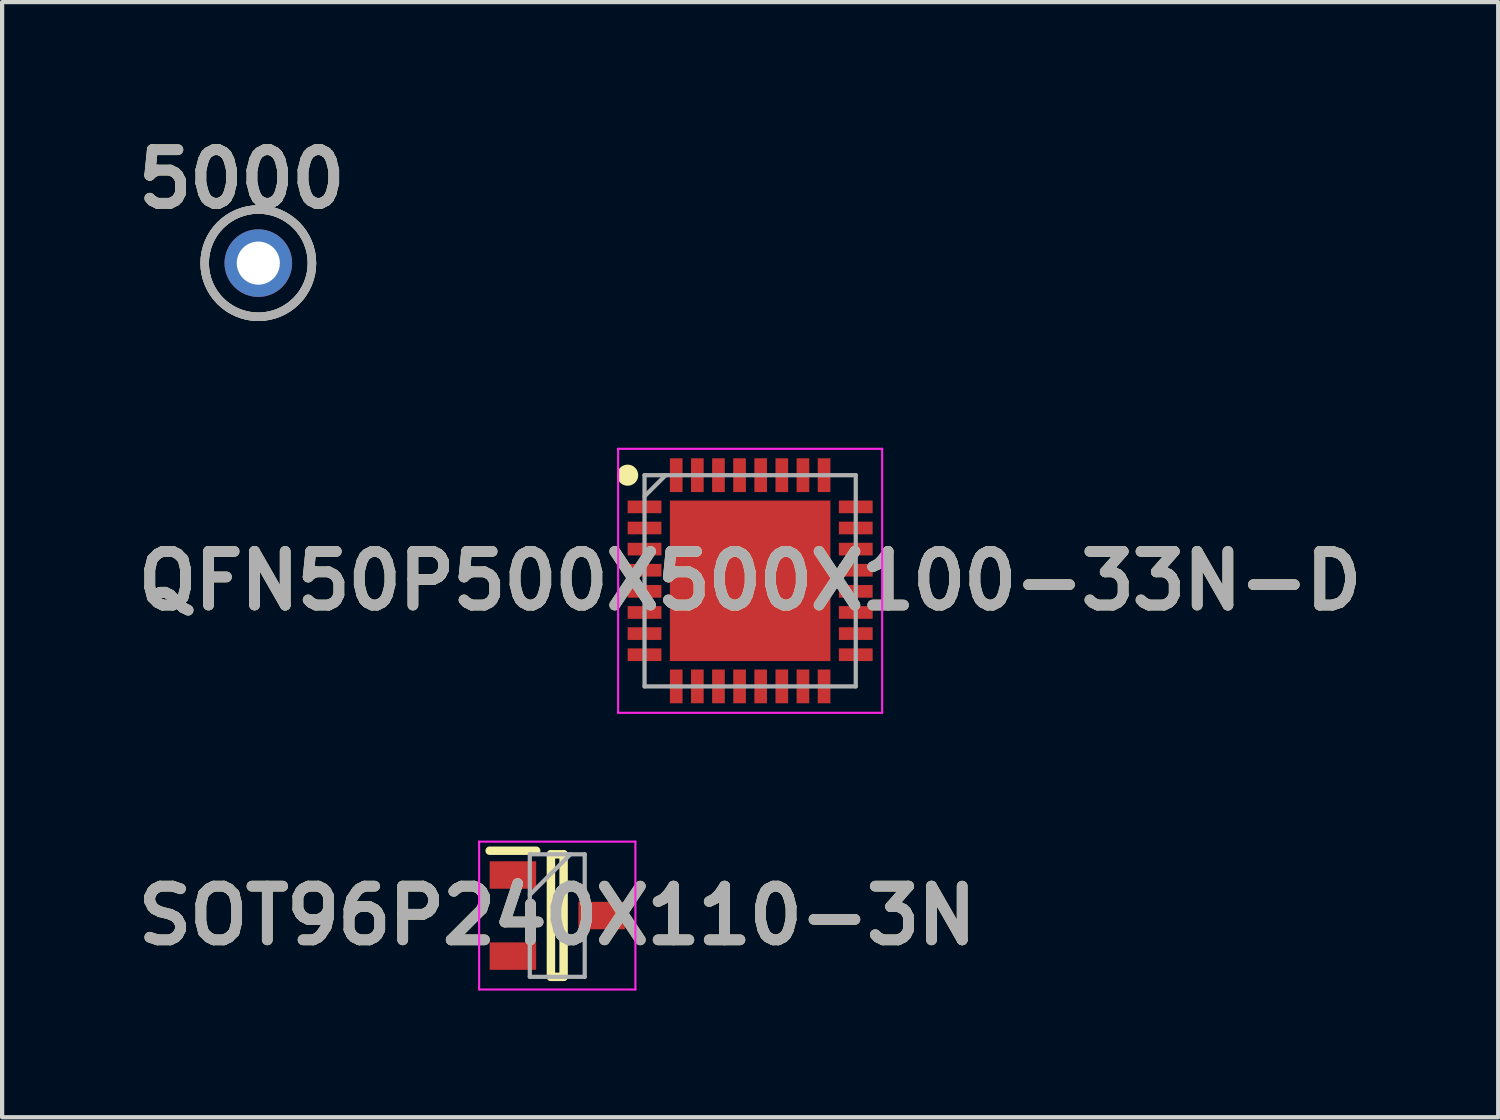
<source format=kicad_pcb>
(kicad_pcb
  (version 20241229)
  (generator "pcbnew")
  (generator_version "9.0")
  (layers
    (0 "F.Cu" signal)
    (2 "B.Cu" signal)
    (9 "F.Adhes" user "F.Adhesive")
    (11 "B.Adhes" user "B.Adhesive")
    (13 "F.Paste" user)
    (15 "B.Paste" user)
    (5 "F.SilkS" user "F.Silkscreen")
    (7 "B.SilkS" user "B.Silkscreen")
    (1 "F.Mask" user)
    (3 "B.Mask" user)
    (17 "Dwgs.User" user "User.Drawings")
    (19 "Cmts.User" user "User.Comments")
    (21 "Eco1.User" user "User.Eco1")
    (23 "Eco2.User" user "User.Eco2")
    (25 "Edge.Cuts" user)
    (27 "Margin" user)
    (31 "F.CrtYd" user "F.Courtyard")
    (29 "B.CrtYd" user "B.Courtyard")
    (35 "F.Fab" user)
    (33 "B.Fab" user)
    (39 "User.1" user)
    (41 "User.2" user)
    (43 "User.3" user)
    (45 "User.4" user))
  (footprint "QFN50P500X500X100-33N-D"
    (layer "F.Cu")
    (at 14.708 10.699)
    (property "Reference" "QFN50P500X500X100-33N-D" (at 0 0 0) (layer "F.SilkS") (effects (font (size 1.27 1.27) (thickness 0.254))))
    (attr smd)
    (fp_circle (center -2.9 -2.5) (end -2.9 -2.375) (stroke (width 0.25) (type solid)) (fill no) (layer "F.SilkS"))
    (fp_line (start -3.125 -3.125) (end 3.125 -3.125) (stroke (width 0.05) (type solid)) (layer "F.CrtYd"))
    (fp_line (start -3.125 3.125) (end -3.125 -3.125) (stroke (width 0.05) (type solid)) (layer "F.CrtYd"))
    (fp_line (start 3.125 -3.125) (end 3.125 3.125) (stroke (width 0.05) (type solid)) (layer "F.CrtYd"))
    (fp_line (start 3.125 3.125) (end -3.125 3.125) (stroke (width 0.05) (type solid)) (layer "F.CrtYd"))
    (fp_line (start -2.5 -2.5) (end 2.5 -2.5) (stroke (width 0.1) (type solid)) (layer "F.Fab"))
    (fp_line (start -2.5 -2) (end -2 -2.5) (stroke (width 0.1) (type solid)) (layer "F.Fab"))
    (fp_line (start -2.5 2.5) (end -2.5 -2.5) (stroke (width 0.1) (type solid)) (layer "F.Fab"))
    (fp_line (start 2.5 -2.5) (end 2.5 2.5) (stroke (width 0.1) (type solid)) (layer "F.Fab"))
    (fp_line (start 2.5 2.5) (end -2.5 2.5) (stroke (width 0.1) (type solid)) (layer "F.Fab"))
    (fp_text user "${REFERENCE}" (at 0 0 0) (layer "F.Fab") (effects (font (size 1.27 1.27) (thickness 0.254))))
    (pad "1" smd rect (at -2.5 -1.75 90) (size 0.3 0.8) (layers "F.Cu" "F.Mask" "F.Paste"))
    (pad "2" smd rect (at -2.5 -1.25 90) (size 0.3 0.8) (layers "F.Cu" "F.Mask" "F.Paste"))
    (pad "3" smd rect (at -2.5 -0.75 90) (size 0.3 0.8) (layers "F.Cu" "F.Mask" "F.Paste"))
    (pad "4" smd rect (at -2.5 -0.25 90) (size 0.3 0.8) (layers "F.Cu" "F.Mask" "F.Paste"))
    (pad "5" smd rect (at -2.5 0.25 90) (size 0.3 0.8) (layers "F.Cu" "F.Mask" "F.Paste"))
    (pad "6" smd rect (at -2.5 0.75 90) (size 0.3 0.8) (layers "F.Cu" "F.Mask" "F.Paste"))
    (pad "7" smd rect (at -2.5 1.25 90) (size 0.3 0.8) (layers "F.Cu" "F.Mask" "F.Paste"))
    (pad "8" smd rect (at -2.5 1.75 90) (size 0.3 0.8) (layers "F.Cu" "F.Mask" "F.Paste"))
    (pad "9" smd rect (at -1.75 2.5) (size 0.3 0.8) (layers "F.Cu" "F.Mask" "F.Paste"))
    (pad "10" smd rect (at -1.25 2.5) (size 0.3 0.8) (layers "F.Cu" "F.Mask" "F.Paste"))
    (pad "11" smd rect (at -0.75 2.5) (size 0.3 0.8) (layers "F.Cu" "F.Mask" "F.Paste"))
    (pad "12" smd rect (at -0.25 2.5) (size 0.3 0.8) (layers "F.Cu" "F.Mask" "F.Paste"))
    (pad "13" smd rect (at 0.25 2.5) (size 0.3 0.8) (layers "F.Cu" "F.Mask" "F.Paste"))
    (pad "14" smd rect (at 0.75 2.5) (size 0.3 0.8) (layers "F.Cu" "F.Mask" "F.Paste"))
    (pad "15" smd rect (at 1.25 2.5) (size 0.3 0.8) (layers "F.Cu" "F.Mask" "F.Paste"))
    (pad "16" smd rect (at 1.75 2.5) (size 0.3 0.8) (layers "F.Cu" "F.Mask" "F.Paste"))
    (pad "17" smd rect (at 2.5 1.75 90) (size 0.3 0.8) (layers "F.Cu" "F.Mask" "F.Paste"))
    (pad "18" smd rect (at 2.5 1.25 90) (size 0.3 0.8) (layers "F.Cu" "F.Mask" "F.Paste"))
    (pad "19" smd rect (at 2.5 0.75 90) (size 0.3 0.8) (layers "F.Cu" "F.Mask" "F.Paste"))
    (pad "20" smd rect (at 2.5 0.25 90) (size 0.3 0.8) (layers "F.Cu" "F.Mask" "F.Paste"))
    (pad "21" smd rect (at 2.5 -0.25 90) (size 0.3 0.8) (layers "F.Cu" "F.Mask" "F.Paste"))
    (pad "22" smd rect (at 2.5 -0.75 90) (size 0.3 0.8) (layers "F.Cu" "F.Mask" "F.Paste"))
    (pad "23" smd rect (at 2.5 -1.25 90) (size 0.3 0.8) (layers "F.Cu" "F.Mask" "F.Paste"))
    (pad "24" smd rect (at 2.5 -1.75 90) (size 0.3 0.8) (layers "F.Cu" "F.Mask" "F.Paste"))
    (pad "25" smd rect (at 1.75 -2.5) (size 0.3 0.8) (layers "F.Cu" "F.Mask" "F.Paste"))
    (pad "26" smd rect (at 1.25 -2.5) (size 0.3 0.8) (layers "F.Cu" "F.Mask" "F.Paste"))
    (pad "27" smd rect (at 0.75 -2.5) (size 0.3 0.8) (layers "F.Cu" "F.Mask" "F.Paste"))
    (pad "28" smd rect (at 0.25 -2.5) (size 0.3 0.8) (layers "F.Cu" "F.Mask" "F.Paste"))
    (pad "29" smd rect (at -0.25 -2.5) (size 0.3 0.8) (layers "F.Cu" "F.Mask" "F.Paste"))
    (pad "30" smd rect (at -0.75 -2.5) (size 0.3 0.8) (layers "F.Cu" "F.Mask" "F.Paste"))
    (pad "31" smd rect (at -1.25 -2.5) (size 0.3 0.8) (layers "F.Cu" "F.Mask" "F.Paste"))
    (pad "32" smd rect (at -1.75 -2.5) (size 0.3 0.8) (layers "F.Cu" "F.Mask" "F.Paste"))
    (pad "33" smd rect (at 0 0) (size 3.8 3.8) (layers "F.Cu" "F.Mask" "F.Paste")))
  (footprint "SOT96P240X110-3N"
    (layer "F.Cu")
    (at 10.142 18.624)
    (property "Reference" "SOT96P240X110-3N" (at 0 0 0) (layer "F.SilkS") (effects (font (size 1.27 1.27) (thickness 0.254))))
    (attr smd)
    (fp_line (start -1.6 -1.535) (end -0.5 -1.535) (stroke (width 0.2) (type solid)) (layer "F.SilkS"))
    (fp_line (start -0.15 -1.45) (end 0.15 -1.45) (stroke (width 0.2) (type solid)) (layer "F.SilkS"))
    (fp_line (start -0.15 1.45) (end -0.15 -1.45) (stroke (width 0.2) (type solid)) (layer "F.SilkS"))
    (fp_line (start 0.15 -1.45) (end 0.15 1.45) (stroke (width 0.2) (type solid)) (layer "F.SilkS"))
    (fp_line (start 0.15 1.45) (end -0.15 1.45) (stroke (width 0.2) (type solid)) (layer "F.SilkS"))
    (fp_line (start -1.85 -1.75) (end 1.85 -1.75) (stroke (width 0.05) (type solid)) (layer "F.CrtYd"))
    (fp_line (start -1.85 1.75) (end -1.85 -1.75) (stroke (width 0.05) (type solid)) (layer "F.CrtYd"))
    (fp_line (start 1.85 -1.75) (end 1.85 1.75) (stroke (width 0.05) (type solid)) (layer "F.CrtYd"))
    (fp_line (start 1.85 1.75) (end -1.85 1.75) (stroke (width 0.05) (type solid)) (layer "F.CrtYd"))
    (fp_line (start -0.65 -1.45) (end 0.65 -1.45) (stroke (width 0.1) (type solid)) (layer "F.Fab"))
    (fp_line (start -0.65 -0.49) (end 0.31 -1.45) (stroke (width 0.1) (type solid)) (layer "F.Fab"))
    (fp_line (start -0.65 1.45) (end -0.65 -1.45) (stroke (width 0.1) (type solid)) (layer "F.Fab"))
    (fp_line (start 0.65 -1.45) (end 0.65 1.45) (stroke (width 0.1) (type solid)) (layer "F.Fab"))
    (fp_line (start 0.65 1.45) (end -0.65 1.45) (stroke (width 0.1) (type solid)) (layer "F.Fab"))
    (fp_text user "${REFERENCE}" (at 0 0 0) (layer "F.Fab") (effects (font (size 1.27 1.27) (thickness 0.254))))
    (pad "1" smd rect (at -1.05 -0.96 90) (size 0.65 1.1) (layers "F.Cu" "F.Mask" "F.Paste"))
    (pad "2" smd rect (at -1.05 0.96 90) (size 0.65 1.1) (layers "F.Cu" "F.Mask" "F.Paste"))
    (pad "3" smd rect (at 1.05 0 90) (size 0.65 1.1) (layers "F.Cu" "F.Mask" "F.Paste")))
  (footprint "5000"
    (layer "F.Cu")
    (at 3.065 3.179)
    (property "Reference" "5000" (at -0.392 -1.99 0) (layer "F.SilkS") (effects (font (size 1.27 1.27) (thickness 0.254))))
    (attr through_hole)
    (fp_circle (center 0 0) (end 0 1.27) (stroke (width 0.2) (type solid)) (fill no) (layer "F.SilkS"))
    (fp_circle (center 0 0) (end 0 1.27) (stroke (width 0.2) (type solid)) (fill no) (layer "F.Fab"))
    (fp_circle (center 0 0) (end 0 1.27) (stroke (width 0.2) (type solid)) (fill no) (layer "F.Fab"))
    (fp_text user "${REFERENCE}" (at -0.392 -1.99 0) (layer "F.Fab") (effects (font (size 1.27 1.27) (thickness 0.254))))
    (pad "1" thru_hole circle (at 0 0) (size 1.6 1.6) (drill 1.02) (layers "*.Cu" "*.Mask")))
  (gr_rect
    (start -3 -3)
    (end 32.416 23.399)
    (stroke (width 0.1) (type default))
    (fill no)
    (layer "Edge.Cuts")))
</source>
